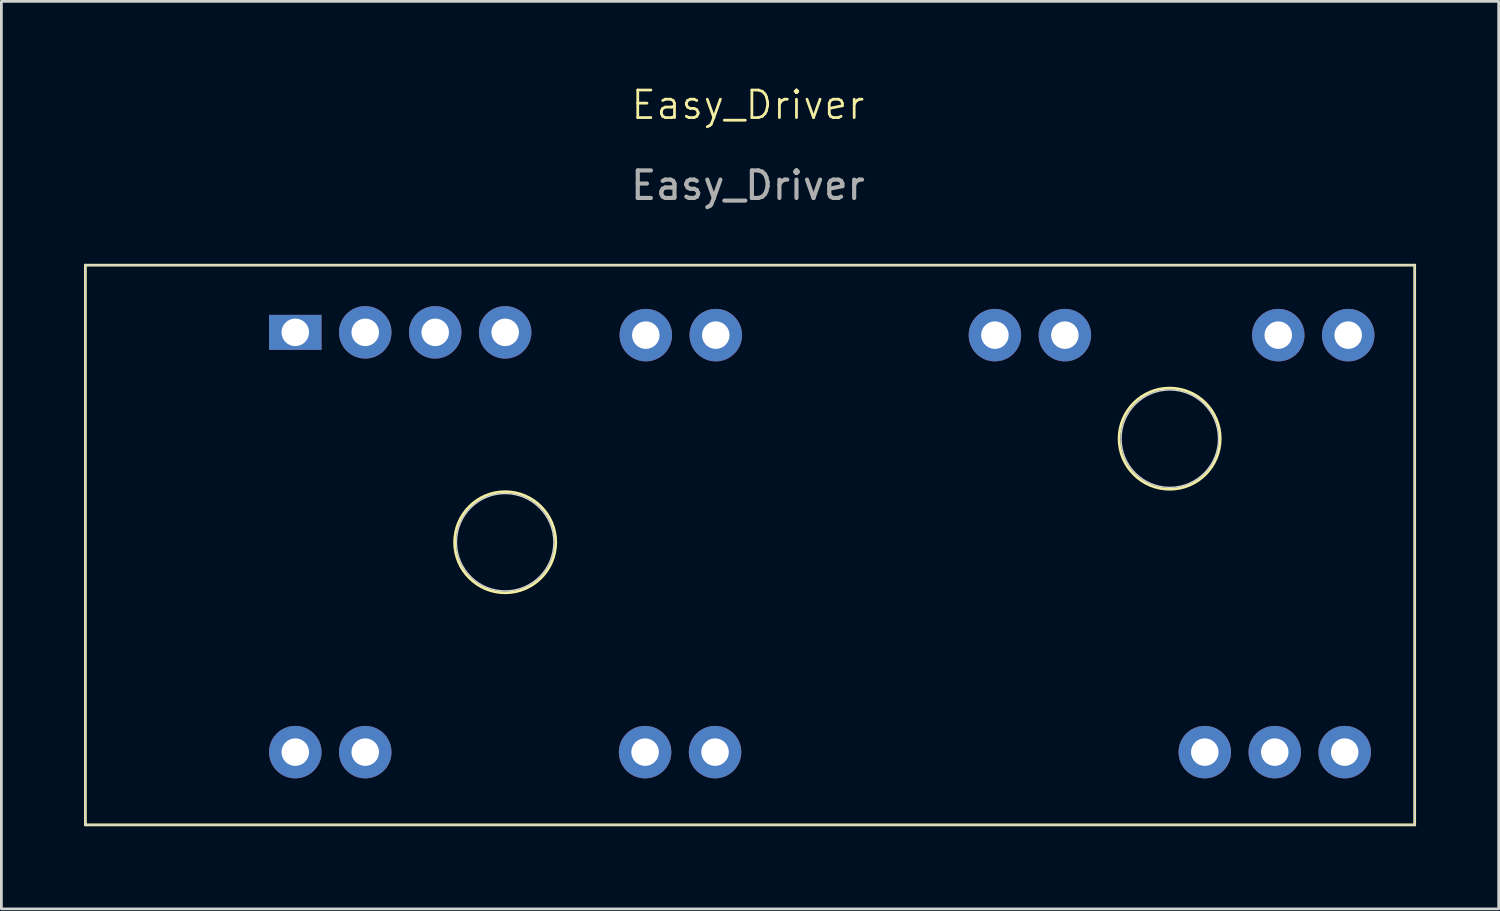
<source format=kicad_pcb>
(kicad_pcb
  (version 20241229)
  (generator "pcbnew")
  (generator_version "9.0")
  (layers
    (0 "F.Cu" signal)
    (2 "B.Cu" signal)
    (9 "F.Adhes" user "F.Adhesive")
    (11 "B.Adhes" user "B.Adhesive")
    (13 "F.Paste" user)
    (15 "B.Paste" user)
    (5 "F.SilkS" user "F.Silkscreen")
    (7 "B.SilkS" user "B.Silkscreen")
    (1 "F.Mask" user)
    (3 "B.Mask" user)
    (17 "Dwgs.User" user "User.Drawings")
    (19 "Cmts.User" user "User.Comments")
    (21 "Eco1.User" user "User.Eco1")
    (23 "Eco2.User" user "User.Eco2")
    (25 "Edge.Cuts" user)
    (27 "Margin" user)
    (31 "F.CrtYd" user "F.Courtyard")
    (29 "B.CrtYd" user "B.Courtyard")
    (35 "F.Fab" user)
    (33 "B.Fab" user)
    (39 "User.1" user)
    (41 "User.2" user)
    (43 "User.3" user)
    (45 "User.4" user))
  (footprint "Easy_Driver"
    (layer "F.Cu")
    (at 24.104 17.423)
    (property "Reference" "Easy_Driver" (at 0 -16.662 0) (unlocked yes) (layer "F.SilkS") (effects (font (size 1 1) (thickness 0.1))))
    (attr smd)
    (fp_line (start -24.054 -10.846) (end -24.054 9.474) (stroke (width 0.1) (type solid)) (layer "F.SilkS"))
    (fp_line (start -24.054 -10.846) (end 24.206 -10.846) (stroke (width 0.1) (type solid)) (layer "F.SilkS"))
    (fp_line (start -24.054 9.474) (end 24.206 9.474) (stroke (width 0.1) (type solid)) (layer "F.SilkS"))
    (fp_line (start 24.206 -10.846) (end 24.206 9.474) (stroke (width 0.1) (type solid)) (layer "F.SilkS"))
    (fp_circle (center -8.814 -0.787) (end -7.442 0.432) (stroke (width 0.1) (type default)) (fill no) (layer "F.SilkS"))
    (fp_circle (center 15.31 -4.547) (end 13.938 -3.327) (stroke (width 0.1) (type default)) (fill no) (layer "F.SilkS"))
    (fp_rect (start -24.054 -10.846) (end 24.206 9.474) (stroke (width 0.05) (type default)) (fill no) (layer "Edge.Cuts"))
    (fp_circle (center -8.814 -0.787) (end -7.798 0.66) (stroke (width 0.05) (type default)) (fill no) (layer "Edge.Cuts"))
    (fp_circle (center 15.316 -4.547) (end 14.3 -3.099) (stroke (width 0.05) (type default)) (fill no) (layer "Edge.Cuts"))
    (fp_text user "${REFERENCE}" (at 0 -13.741 0) (unlocked yes) (layer "F.Fab") (effects (font (size 1 1) (thickness 0.15))))
    (pad "1" thru_hole rect (at -16.434 -8.407) (size 1.905 1.27) (drill 1) (layers "*.Cu" "*.Mask"))
    (pad "1" thru_hole circle (at -16.434 6.833) (size 1.905 1.905) (drill 1) (layers "*.Cu" "*.Mask"))
    (pad "1" thru_hole circle (at -13.894 -8.407) (size 1.905 1.905) (drill 1) (layers "*.Cu" "*.Mask"))
    (pad "1" thru_hole circle (at -13.894 6.833) (size 1.905 1.905) (drill 1) (layers "*.Cu" "*.Mask"))
    (pad "1" thru_hole circle (at -11.354 -8.407) (size 1.905 1.905) (drill 1) (layers "*.Cu" "*.Mask"))
    (pad "1" thru_hole circle (at -8.814 -8.407) (size 1.905 1.905) (drill 1) (layers "*.Cu" "*.Mask"))
    (pad "1" thru_hole circle (at -3.734 6.833) (size 1.905 1.905) (drill 1) (layers "*.Cu" "*.Mask"))
    (pad "1" thru_hole circle (at -3.708 -8.306) (size 1.905 1.905) (drill 1) (layers "*.Cu" "*.Mask"))
    (pad "1" thru_hole circle (at -1.194 6.833) (size 1.905 1.905) (drill 1) (layers "*.Cu" "*.Mask"))
    (pad "1" thru_hole circle (at -1.168 -8.306) (size 1.905 1.905) (drill 1) (layers "*.Cu" "*.Mask"))
    (pad "1" thru_hole circle (at 8.966 -8.306) (size 1.905 1.905) (drill 1) (layers "*.Cu" "*.Mask"))
    (pad "1" thru_hole circle (at 11.506 -8.306) (size 1.905 1.905) (drill 1) (layers "*.Cu" "*.Mask"))
    (pad "1" thru_hole circle (at 16.586 6.833) (size 1.905 1.905) (drill 1) (layers "*.Cu" "*.Mask"))
    (pad "1" thru_hole circle (at 19.126 6.833) (size 1.905 1.905) (drill 1) (layers "*.Cu" "*.Mask"))
    (pad "1" thru_hole circle (at 19.253 -8.306) (size 1.905 1.905) (drill 1) (layers "*.Cu" "*.Mask"))
    (pad "1" thru_hole circle (at 21.666 6.833) (size 1.905 1.905) (drill 1) (layers "*.Cu" "*.Mask"))
    (pad "1" thru_hole circle (at 21.793 -8.306) (size 1.905 1.905) (drill 1) (layers "*.Cu" "*.Mask")))
  (gr_rect
    (start -3 -3)
    (end 51.36 29.947)
    (stroke (width 0.1) (type default))
    (fill no)
    (layer "Edge.Cuts")))
</source>
